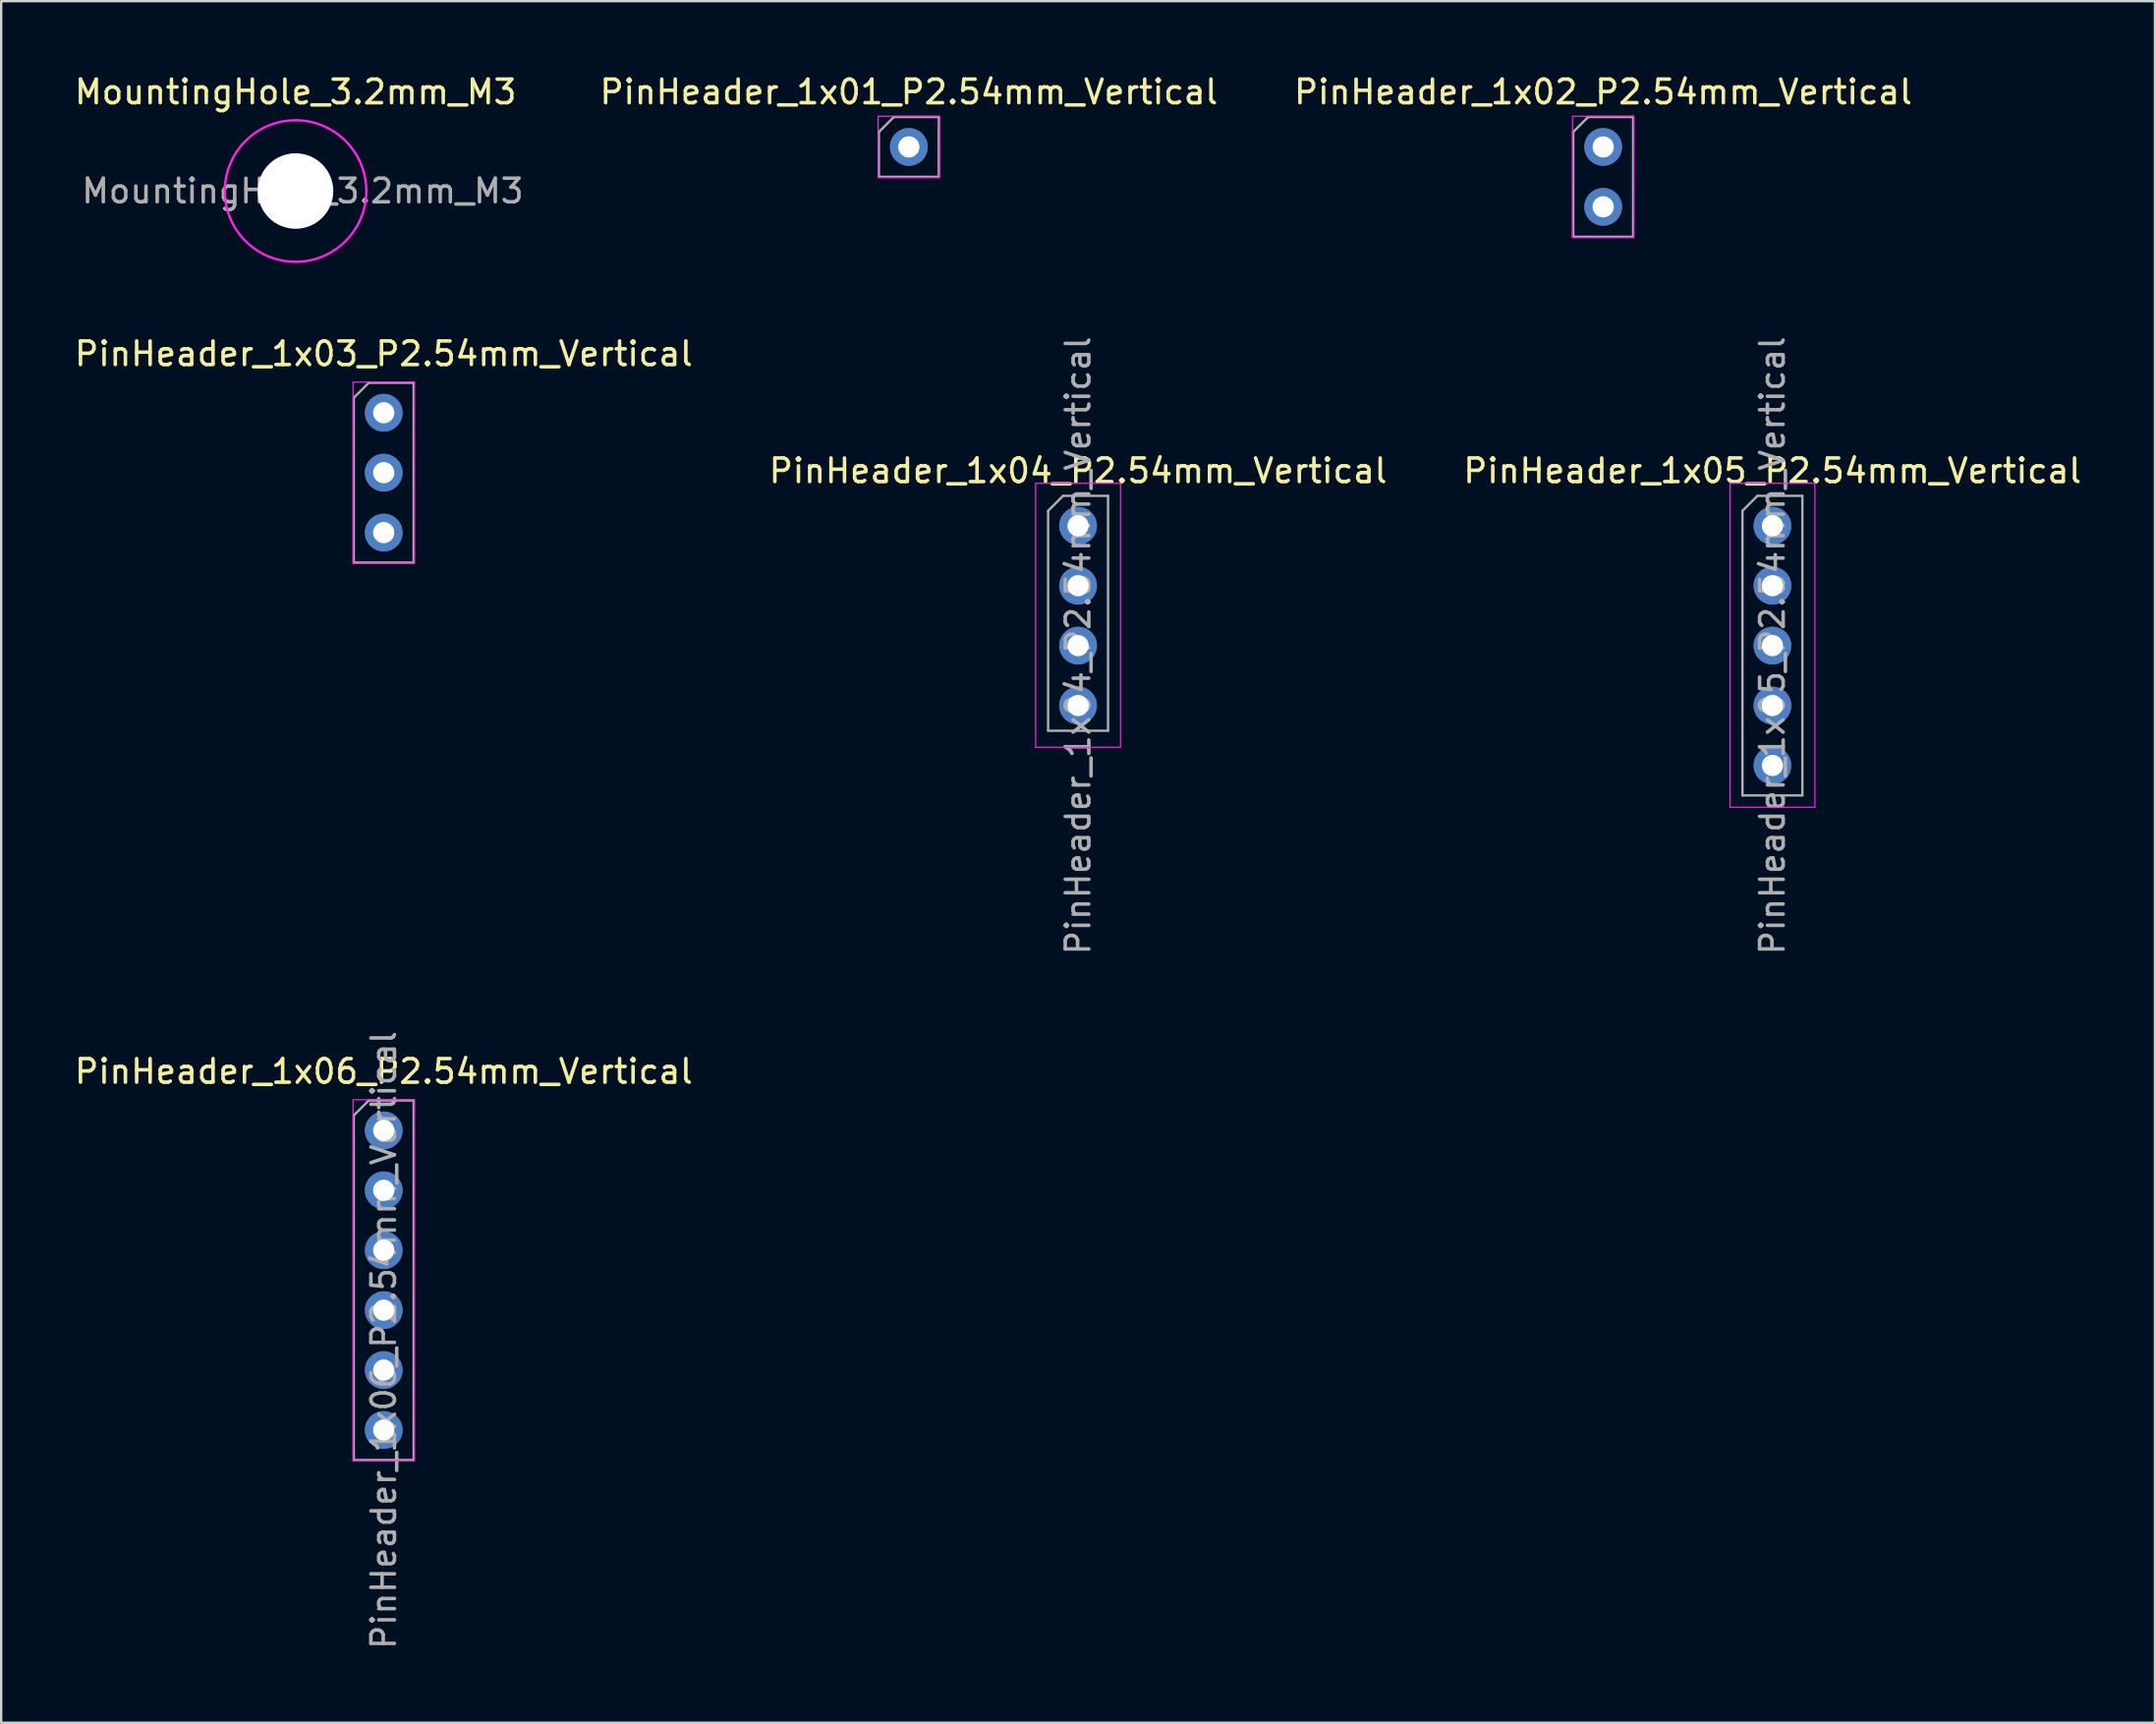
<source format=kicad_pcb>
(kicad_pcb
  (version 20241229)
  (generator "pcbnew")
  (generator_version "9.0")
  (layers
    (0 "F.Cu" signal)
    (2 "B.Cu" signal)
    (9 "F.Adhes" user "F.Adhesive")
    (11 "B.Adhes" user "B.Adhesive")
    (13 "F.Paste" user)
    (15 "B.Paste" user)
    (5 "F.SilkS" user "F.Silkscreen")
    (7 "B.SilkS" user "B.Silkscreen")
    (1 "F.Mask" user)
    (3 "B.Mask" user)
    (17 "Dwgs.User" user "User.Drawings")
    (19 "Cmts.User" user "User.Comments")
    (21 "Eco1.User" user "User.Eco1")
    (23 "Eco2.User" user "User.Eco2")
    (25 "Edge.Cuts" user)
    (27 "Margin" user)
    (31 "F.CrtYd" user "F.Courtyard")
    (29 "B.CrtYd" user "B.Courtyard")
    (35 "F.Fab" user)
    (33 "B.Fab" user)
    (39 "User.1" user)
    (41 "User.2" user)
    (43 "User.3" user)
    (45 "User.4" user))
  (footprint "PinHeader_1x01_P2.54mm_Vertical"
    (layer "F.Cu")
    (at 35.485 3.178)
    (property "Reference" "PinHeader_1x01_P2.54mm_Vertical" (at 0 -2.33 0) (layer "F.SilkS") (effects (font (size 1 1) (thickness 0.15))))
    (attr through_hole)
    (fp_line (start -1.3 -1.3) (end -1.3 1.3) (stroke (width 0.05) (type solid)) (layer "F.CrtYd"))
    (fp_line (start -1.3 1.3) (end 1.3 1.3) (stroke (width 0.05) (type solid)) (layer "F.CrtYd"))
    (fp_line (start 1.3 -1.3) (end -1.3 -1.3) (stroke (width 0.05) (type solid)) (layer "F.CrtYd"))
    (fp_line (start 1.3 1.3) (end 1.3 -1.3) (stroke (width 0.05) (type solid)) (layer "F.CrtYd"))
    (fp_line (start -1.27 -0.635) (end -0.635 -1.27) (stroke (width 0.1) (type solid)) (layer "F.Fab"))
    (fp_line (start -1.27 1.27) (end -1.27 -0.635) (stroke (width 0.1) (type solid)) (layer "F.Fab"))
    (fp_line (start -0.635 -1.27) (end 1.27 -1.27) (stroke (width 0.1) (type solid)) (layer "F.Fab"))
    (fp_line (start 1.27 -1.27) (end 1.27 1.27) (stroke (width 0.1) (type solid)) (layer "F.Fab"))
    (fp_line (start 1.27 1.27) (end -1.27 1.27) (stroke (width 0.1) (type solid)) (layer "F.Fab"))
    (pad "1" thru_hole circle (at 0 0) (size 1.6 1.6) (drill 0.9) (layers "*.Cu" "*.Mask")))
  (footprint "MountingHole_3.2mm_M3"
    (layer "F.Cu")
    (at 9.482 5.048)
    (property "Reference" "MountingHole_3.2mm_M3" (at 0 -4.2 0) (layer "F.SilkS") (effects (font (size 1 1) (thickness 0.15))))
    (attr exclude_from_pos_files exclude_from_bom)
    (fp_circle (center 0 0) (end 3 0) (stroke (width 0.1) (type solid)) (fill no) (layer "F.CrtYd"))
    (fp_text user "${REFERENCE}" (at 0.3 0 0) (layer "F.Fab") (effects (font (size 1 1) (thickness 0.15))))
    (pad "" np_thru_hole circle (at 0 0) (size 3.2 3.2) (drill 3.2) (layers "*.Cu" "*.Mask")))
  (footprint "PinHeader_1x06_P2.54mm_Vertical"
    (layer "F.Cu")
    (at 13.22 44.869)
    (property "Reference" "PinHeader_1x06_P2.54mm_Vertical" (at 0 -2.5 0) (layer "F.SilkS") (effects (font (size 1 1) (thickness 0.15))))
    (attr through_hole)
    (fp_line (start -1.3 -1.3) (end -1.3 14) (stroke (width 0.05) (type solid)) (layer "F.CrtYd"))
    (fp_line (start -1.3 14) (end 1.3 14) (stroke (width 0.05) (type solid)) (layer "F.CrtYd"))
    (fp_line (start 1.3 -1.3) (end -1.3 -1.3) (stroke (width 0.05) (type solid)) (layer "F.CrtYd"))
    (fp_line (start 1.3 14) (end 1.3 -1.3) (stroke (width 0.05) (type solid)) (layer "F.CrtYd"))
    (fp_line (start -1.27 -0.635) (end -0.635 -1.27) (stroke (width 0.1) (type solid)) (layer "F.Fab"))
    (fp_line (start -1.27 13.97) (end -1.27 -0.635) (stroke (width 0.1) (type solid)) (layer "F.Fab"))
    (fp_line (start -0.635 -1.27) (end 1.27 -1.27) (stroke (width 0.1) (type solid)) (layer "F.Fab"))
    (fp_line (start 1.27 -1.27) (end 1.27 13.97) (stroke (width 0.1) (type solid)) (layer "F.Fab"))
    (fp_line (start 1.27 13.97) (end -1.27 13.97) (stroke (width 0.1) (type solid)) (layer "F.Fab"))
    (fp_text user "${REFERENCE}" (at 0 8.89 90) (layer "F.Fab") (effects (font (size 1 1) (thickness 0.15))))
    (pad "1" thru_hole circle (at 0 0) (size 1.6 1.6) (drill 0.9) (layers "*.Cu" "*.Mask"))
    (pad "2" thru_hole circle (at 0 2.54) (size 1.6 1.6) (drill 0.9) (layers "*.Cu" "*.Mask"))
    (pad "3" thru_hole circle (at 0 5.08) (size 1.6 1.6) (drill 0.9) (layers "*.Cu" "*.Mask"))
    (pad "4" thru_hole circle (at 0 7.62) (size 1.6 1.6) (drill 0.9) (layers "*.Cu" "*.Mask"))
    (pad "5" thru_hole circle (at 0 10.16) (size 1.6 1.6) (drill 0.9) (layers "*.Cu" "*.Mask"))
    (pad "6" thru_hole circle (at 0 12.7) (size 1.6 1.6) (drill 0.9) (layers "*.Cu" "*.Mask")))
  (footprint "PinHeader_1x05_P2.54mm_Vertical"
    (layer "F.Cu")
    (at 72.101 19.238)
    (property "Reference" "PinHeader_1x05_P2.54mm_Vertical" (at 0 -2.33 0) (layer "F.SilkS") (effects (font (size 1 1) (thickness 0.15))))
    (attr through_hole)
    (fp_line (start -1.8 -1.8) (end -1.8 11.93) (stroke (width 0.05) (type solid)) (layer "F.CrtYd"))
    (fp_line (start -1.8 11.93) (end 1.8 11.93) (stroke (width 0.05) (type solid)) (layer "F.CrtYd"))
    (fp_line (start 1.8 -1.8) (end -1.8 -1.8) (stroke (width 0.05) (type solid)) (layer "F.CrtYd"))
    (fp_line (start 1.8 11.93) (end 1.8 -1.8) (stroke (width 0.05) (type solid)) (layer "F.CrtYd"))
    (fp_line (start -1.27 -0.635) (end -0.635 -1.27) (stroke (width 0.1) (type solid)) (layer "F.Fab"))
    (fp_line (start -1.27 11.43) (end -1.27 -0.635) (stroke (width 0.1) (type solid)) (layer "F.Fab"))
    (fp_line (start -0.635 -1.27) (end 1.27 -1.27) (stroke (width 0.1) (type solid)) (layer "F.Fab"))
    (fp_line (start 1.27 -1.27) (end 1.27 11.43) (stroke (width 0.1) (type solid)) (layer "F.Fab"))
    (fp_line (start 1.27 11.43) (end -1.27 11.43) (stroke (width 0.1) (type solid)) (layer "F.Fab"))
    (fp_text user "${REFERENCE}" (at 0 5.08 90) (layer "F.Fab") (effects (font (size 1 1) (thickness 0.15))))
    (pad "1" thru_hole circle (at 0 0) (size 1.6 1.6) (drill 0.9) (layers "*.Cu" "*.Mask"))
    (pad "2" thru_hole circle (at 0 2.54) (size 1.6 1.6) (drill 0.9) (layers "*.Cu" "*.Mask"))
    (pad "3" thru_hole circle (at 0 5.08) (size 1.6 1.6) (drill 0.9) (layers "*.Cu" "*.Mask"))
    (pad "4" thru_hole circle (at 0 7.62) (size 1.6 1.6) (drill 0.9) (layers "*.Cu" "*.Mask"))
    (pad "5" thru_hole circle (at 0 10.16) (size 1.6 1.6) (drill 0.9) (layers "*.Cu" "*.Mask")))
  (footprint "PinHeader_1x04_P2.54mm_Vertical"
    (layer "F.Cu")
    (at 42.661 19.238)
    (property "Reference" "PinHeader_1x04_P2.54mm_Vertical" (at 0 -2.33 0) (layer "F.SilkS") (effects (font (size 1 1) (thickness 0.15))))
    (attr through_hole)
    (fp_line (start -1.8 -1.8) (end -1.8 9.39) (stroke (width 0.05) (type solid)) (layer "F.CrtYd"))
    (fp_line (start -1.8 9.39) (end 1.8 9.39) (stroke (width 0.05) (type solid)) (layer "F.CrtYd"))
    (fp_line (start 1.8 -1.8) (end -1.8 -1.8) (stroke (width 0.05) (type solid)) (layer "F.CrtYd"))
    (fp_line (start 1.8 9.39) (end 1.8 -1.8) (stroke (width 0.05) (type solid)) (layer "F.CrtYd"))
    (fp_line (start -1.27 -0.635) (end -0.635 -1.27) (stroke (width 0.1) (type solid)) (layer "F.Fab"))
    (fp_line (start -1.27 8.69) (end -1.27 -0.635) (stroke (width 0.1) (type solid)) (layer "F.Fab"))
    (fp_line (start -0.635 -1.27) (end 1.27 -1.27) (stroke (width 0.1) (type solid)) (layer "F.Fab"))
    (fp_line (start 1.27 -1.27) (end 1.27 8.69) (stroke (width 0.1) (type solid)) (layer "F.Fab"))
    (fp_line (start 1.27 8.69) (end -1.27 8.69) (stroke (width 0.1) (type solid)) (layer "F.Fab"))
    (fp_text user "${REFERENCE}" (at 0 5.08 90) (layer "F.Fab") (effects (font (size 1 1) (thickness 0.15))))
    (pad "1" thru_hole circle (at 0 0) (size 1.6 1.6) (drill 0.9) (layers "*.Cu" "*.Mask"))
    (pad "2" thru_hole circle (at 0 2.54) (size 1.6 1.6) (drill 0.9) (layers "*.Cu" "*.Mask"))
    (pad "3" thru_hole circle (at 0 5.08) (size 1.6 1.6) (drill 0.9) (layers "*.Cu" "*.Mask"))
    (pad "4" thru_hole circle (at 0 7.62) (size 1.6 1.6) (drill 0.9) (layers "*.Cu" "*.Mask")))
  (footprint "PinHeader_1x03_P2.54mm_Vertical"
    (layer "F.Cu")
    (at 13.22 14.447)
    (property "Reference" "PinHeader_1x03_P2.54mm_Vertical" (at 0 -2.5 0) (layer "F.SilkS") (effects (font (size 1 1) (thickness 0.15))))
    (attr through_hole)
    (fp_line (start -1.3 -1.3) (end -1.3 6.38) (stroke (width 0.05) (type solid)) (layer "F.CrtYd"))
    (fp_line (start -1.3 6.38) (end 1.3 6.38) (stroke (width 0.05) (type solid)) (layer "F.CrtYd"))
    (fp_line (start 1.3 -1.3) (end -1.3 -1.3) (stroke (width 0.05) (type solid)) (layer "F.CrtYd"))
    (fp_line (start 1.3 6.38) (end 1.3 -1.3) (stroke (width 0.05) (type solid)) (layer "F.CrtYd"))
    (fp_line (start -1.27 -0.635) (end -0.635 -1.27) (stroke (width 0.1) (type solid)) (layer "F.Fab"))
    (fp_line (start -1.27 6.35) (end -1.27 -0.635) (stroke (width 0.1) (type solid)) (layer "F.Fab"))
    (fp_line (start -0.635 -1.27) (end 1.27 -1.27) (stroke (width 0.1) (type solid)) (layer "F.Fab"))
    (fp_line (start 1.27 -1.27) (end 1.27 6.35) (stroke (width 0.1) (type solid)) (layer "F.Fab"))
    (fp_line (start 1.27 6.35) (end -1.27 6.35) (stroke (width 0.1) (type solid)) (layer "F.Fab"))
    (pad "1" thru_hole circle (at 0 0) (size 1.6 1.6) (drill 0.9) (layers "*.Cu" "*.Mask"))
    (pad "2" thru_hole circle (at 0 2.54) (size 1.6 1.6) (drill 0.9) (layers "*.Cu" "*.Mask"))
    (pad "3" thru_hole circle (at 0 5.08) (size 1.6 1.6) (drill 0.9) (layers "*.Cu" "*.Mask")))
  (footprint "PinHeader_1x02_P2.54mm_Vertical"
    (layer "F.Cu")
    (at 64.925 3.178)
    (property "Reference" "PinHeader_1x02_P2.54mm_Vertical" (at 0 -2.33 0) (layer "F.SilkS") (effects (font (size 1 1) (thickness 0.15))))
    (attr through_hole)
    (fp_line (start -1.3 -1.3) (end -1.3 3.84) (stroke (width 0.05) (type solid)) (layer "F.CrtYd"))
    (fp_line (start -1.3 3.84) (end 1.3 3.84) (stroke (width 0.05) (type solid)) (layer "F.CrtYd"))
    (fp_line (start 1.3 -1.3) (end -1.3 -1.3) (stroke (width 0.05) (type solid)) (layer "F.CrtYd"))
    (fp_line (start 1.3 3.84) (end 1.3 -1.3) (stroke (width 0.05) (type solid)) (layer "F.CrtYd"))
    (fp_line (start -1.27 -0.635) (end -0.635 -1.27) (stroke (width 0.1) (type solid)) (layer "F.Fab"))
    (fp_line (start -1.27 3.81) (end -1.27 -0.635) (stroke (width 0.1) (type solid)) (layer "F.Fab"))
    (fp_line (start -0.635 -1.27) (end 1.27 -1.27) (stroke (width 0.1) (type solid)) (layer "F.Fab"))
    (fp_line (start 1.27 -1.27) (end 1.27 3.81) (stroke (width 0.1) (type solid)) (layer "F.Fab"))
    (fp_line (start 1.27 3.81) (end -1.27 3.81) (stroke (width 0.1) (type solid)) (layer "F.Fab"))
    (pad "1" thru_hole circle (at 0 0) (size 1.6 1.6) (drill 0.9) (layers "*.Cu" "*.Mask"))
    (pad "2" thru_hole circle (at 0 2.54) (size 1.6 1.6) (drill 0.9) (layers "*.Cu" "*.Mask")))
  (gr_rect
    (start -3 -3)
    (end 88.321 69.979)
    (stroke (width 0.1) (type default))
    (fill no)
    (layer "Edge.Cuts")))
</source>
